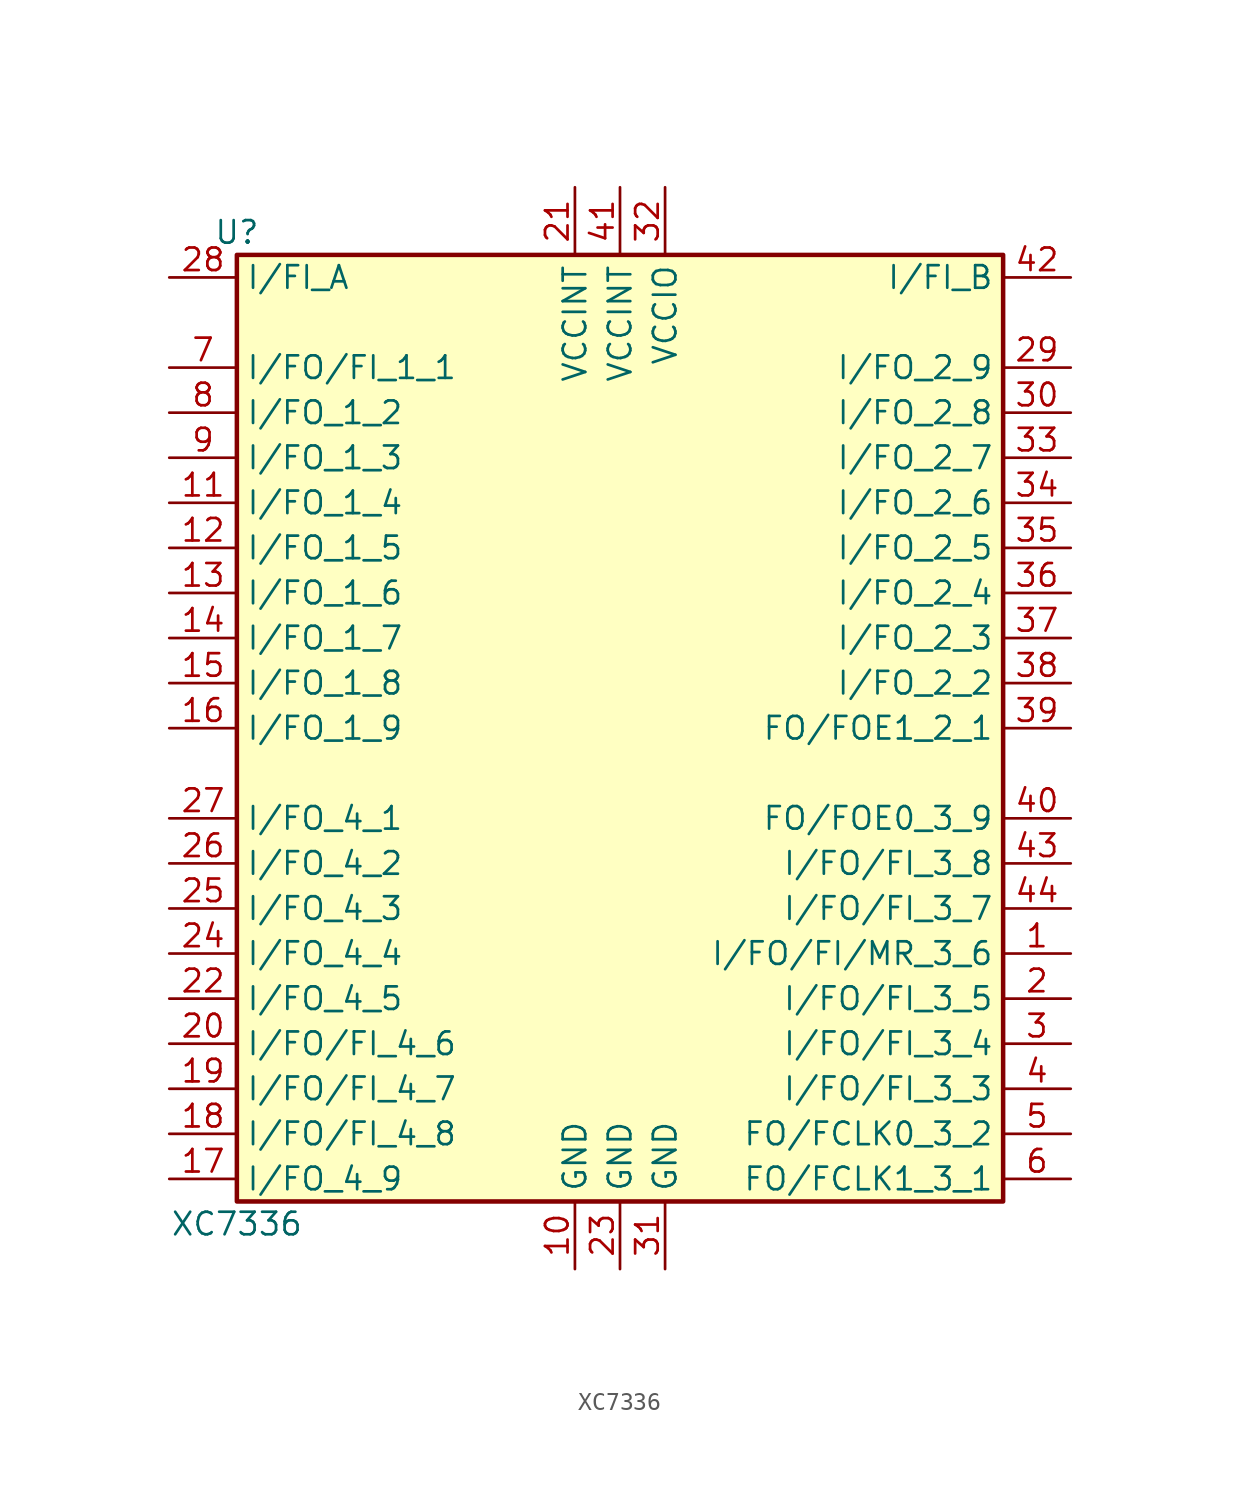
<source format=kicad_sym>
(kicad_symbol_lib
  (version 20231120)
  (generator "kicad_symbol_editor")
  (generator_version "8.0")
  (symbol "XC7336"
    (property "Reference" "U"
      (at -21.59 27.94 0)
      (effects (font (size 1.27 1.27))))
    (property "Value" "XC7336"
      (at -21.59 -27.94 0)
      (effects (font (size 1.27 1.27))))
    (symbol "XC7336_1_1"
      (rectangle (start -21.59 26.67) (end 21.59 -26.67) (stroke (width 0.254) (type default)) (fill (type background)))
      (pin bidirectional line (at 25.4 -12.7 180) (length 3.81) (name "I/FO/FI/MR_3_6" (effects (font (size 1.27 1.27)))) (number "1" (effects (font (size 1.27 1.27)))))
      (pin power_in line (at -2.54 -30.48 90) (length 3.81) (name "GND" (effects (font (size 1.27 1.27)))) (number "10" (effects (font (size 1.27 1.27)))))
      (pin bidirectional line (at -25.4 12.7 0) (length 3.81) (name "I/FO_1_4" (effects (font (size 1.27 1.27)))) (number "11" (effects (font (size 1.27 1.27)))))
      (pin bidirectional line (at -25.4 10.16 0) (length 3.81) (name "I/FO_1_5" (effects (font (size 1.27 1.27)))) (number "12" (effects (font (size 1.27 1.27)))))
      (pin bidirectional line (at -25.4 7.62 0) (length 3.81) (name "I/FO_1_6" (effects (font (size 1.27 1.27)))) (number "13" (effects (font (size 1.27 1.27)))))
      (pin bidirectional line (at -25.4 5.08 0) (length 3.81) (name "I/FO_1_7" (effects (font (size 1.27 1.27)))) (number "14" (effects (font (size 1.27 1.27)))))
      (pin bidirectional line (at -25.4 2.54 0) (length 3.81) (name "I/FO_1_8" (effects (font (size 1.27 1.27)))) (number "15" (effects (font (size 1.27 1.27)))))
      (pin bidirectional line (at -25.4 0 0) (length 3.81) (name "I/FO_1_9" (effects (font (size 1.27 1.27)))) (number "16" (effects (font (size 1.27 1.27)))))
      (pin bidirectional line (at -25.4 -25.4 0) (length 3.81) (name "I/FO_4_9" (effects (font (size 1.27 1.27)))) (number "17" (effects (font (size 1.27 1.27)))))
      (pin bidirectional line (at -25.4 -22.86 0) (length 3.81) (name "I/FO/FI_4_8" (effects (font (size 1.27 1.27)))) (number "18" (effects (font (size 1.27 1.27)))))
      (pin bidirectional line (at -25.4 -20.32 0) (length 3.81) (name "I/FO/FI_4_7" (effects (font (size 1.27 1.27)))) (number "19" (effects (font (size 1.27 1.27)))))
      (pin bidirectional line (at 25.4 -15.24 180) (length 3.81) (name "I/FO/FI_3_5" (effects (font (size 1.27 1.27)))) (number "2" (effects (font (size 1.27 1.27)))))
      (pin bidirectional line (at -25.4 -17.78 0) (length 3.81) (name "I/FO/FI_4_6" (effects (font (size 1.27 1.27)))) (number "20" (effects (font (size 1.27 1.27)))))
      (pin power_in line (at -2.54 30.48 270) (length 3.81) (name "VCCINT" (effects (font (size 1.27 1.27)))) (number "21" (effects (font (size 1.27 1.27)))))
      (pin bidirectional line (at -25.4 -15.24 0) (length 3.81) (name "I/FO_4_5" (effects (font (size 1.27 1.27)))) (number "22" (effects (font (size 1.27 1.27)))))
      (pin power_in line (at 0 -30.48 90) (length 3.81) (name "GND" (effects (font (size 1.27 1.27)))) (number "23" (effects (font (size 1.27 1.27)))))
      (pin bidirectional line (at -25.4 -12.7 0) (length 3.81) (name "I/FO_4_4" (effects (font (size 1.27 1.27)))) (number "24" (effects (font (size 1.27 1.27)))))
      (pin bidirectional line (at -25.4 -10.16 0) (length 3.81) (name "I/FO_4_3" (effects (font (size 1.27 1.27)))) (number "25" (effects (font (size 1.27 1.27)))))
      (pin bidirectional line (at -25.4 -7.62 0) (length 3.81) (name "I/FO_4_2" (effects (font (size 1.27 1.27)))) (number "26" (effects (font (size 1.27 1.27)))))
      (pin bidirectional line (at -25.4 -5.08 0) (length 3.81) (name "I/FO_4_1" (effects (font (size 1.27 1.27)))) (number "27" (effects (font (size 1.27 1.27)))))
      (pin bidirectional line (at -25.4 25.4 0) (length 3.81) (name "I/FI_A" (effects (font (size 1.27 1.27)))) (number "28" (effects (font (size 1.27 1.27)))))
      (pin bidirectional line (at 25.4 20.32 180) (length 3.81) (name "I/FO_2_9" (effects (font (size 1.27 1.27)))) (number "29" (effects (font (size 1.27 1.27)))))
      (pin bidirectional line (at 25.4 -17.78 180) (length 3.81) (name "I/FO/FI_3_4" (effects (font (size 1.27 1.27)))) (number "3" (effects (font (size 1.27 1.27)))))
      (pin bidirectional line (at 25.4 17.78 180) (length 3.81) (name "I/FO_2_8" (effects (font (size 1.27 1.27)))) (number "30" (effects (font (size 1.27 1.27)))))
      (pin power_in line (at 2.54 -30.48 90) (length 3.81) (name "GND" (effects (font (size 1.27 1.27)))) (number "31" (effects (font (size 1.27 1.27)))))
      (pin power_in line (at 2.54 30.48 270) (length 3.81) (name "VCCIO" (effects (font (size 1.27 1.27)))) (number "32" (effects (font (size 1.27 1.27)))))
      (pin bidirectional line (at 25.4 15.24 180) (length 3.81) (name "I/FO_2_7" (effects (font (size 1.27 1.27)))) (number "33" (effects (font (size 1.27 1.27)))))
      (pin bidirectional line (at 25.4 12.7 180) (length 3.81) (name "I/FO_2_6" (effects (font (size 1.27 1.27)))) (number "34" (effects (font (size 1.27 1.27)))))
      (pin bidirectional line (at 25.4 10.16 180) (length 3.81) (name "I/FO_2_5" (effects (font (size 1.27 1.27)))) (number "35" (effects (font (size 1.27 1.27)))))
      (pin bidirectional line (at 25.4 7.62 180) (length 3.81) (name "I/FO_2_4" (effects (font (size 1.27 1.27)))) (number "36" (effects (font (size 1.27 1.27)))))
      (pin bidirectional line (at 25.4 5.08 180) (length 3.81) (name "I/FO_2_3" (effects (font (size 1.27 1.27)))) (number "37" (effects (font (size 1.27 1.27)))))
      (pin bidirectional line (at 25.4 2.54 180) (length 3.81) (name "I/FO_2_2" (effects (font (size 1.27 1.27)))) (number "38" (effects (font (size 1.27 1.27)))))
      (pin bidirectional line (at 25.4 0 180) (length 3.81) (name "FO/FOE1_2_1" (effects (font (size 1.27 1.27)))) (number "39" (effects (font (size 1.27 1.27)))))
      (pin bidirectional line (at 25.4 -20.32 180) (length 3.81) (name "I/FO/FI_3_3" (effects (font (size 1.27 1.27)))) (number "4" (effects (font (size 1.27 1.27)))))
      (pin bidirectional line (at 25.4 -5.08 180) (length 3.81) (name "FO/FOE0_3_9" (effects (font (size 1.27 1.27)))) (number "40" (effects (font (size 1.27 1.27)))))
      (pin power_in line (at 0 30.48 270) (length 3.81) (name "VCCINT" (effects (font (size 1.27 1.27)))) (number "41" (effects (font (size 1.27 1.27)))))
      (pin bidirectional line (at 25.4 25.4 180) (length 3.81) (name "I/FI_B" (effects (font (size 1.27 1.27)))) (number "42" (effects (font (size 1.27 1.27)))))
      (pin bidirectional line (at 25.4 -7.62 180) (length 3.81) (name "I/FO/FI_3_8" (effects (font (size 1.27 1.27)))) (number "43" (effects (font (size 1.27 1.27)))))
      (pin bidirectional line (at 25.4 -10.16 180) (length 3.81) (name "I/FO/FI_3_7" (effects (font (size 1.27 1.27)))) (number "44" (effects (font (size 1.27 1.27)))))
      (pin bidirectional line (at 25.4 -22.86 180) (length 3.81) (name "FO/FCLK0_3_2" (effects (font (size 1.27 1.27)))) (number "5" (effects (font (size 1.27 1.27)))))
      (pin bidirectional line (at 25.4 -25.4 180) (length 3.81) (name "FO/FCLK1_3_1" (effects (font (size 1.27 1.27)))) (number "6" (effects (font (size 1.27 1.27)))))
      (pin bidirectional line (at -25.4 20.32 0) (length 3.81) (name "I/FO/FI_1_1" (effects (font (size 1.27 1.27)))) (number "7" (effects (font (size 1.27 1.27)))))
      (pin bidirectional line (at -25.4 17.78 0) (length 3.81) (name "I/FO_1_2" (effects (font (size 1.27 1.27)))) (number "8" (effects (font (size 1.27 1.27)))))
      (pin bidirectional line (at -25.4 15.24 0) (length 3.81) (name "I/FO_1_3" (effects (font (size 1.27 1.27)))) (number "9" (effects (font (size 1.27 1.27))))))))
</source>
